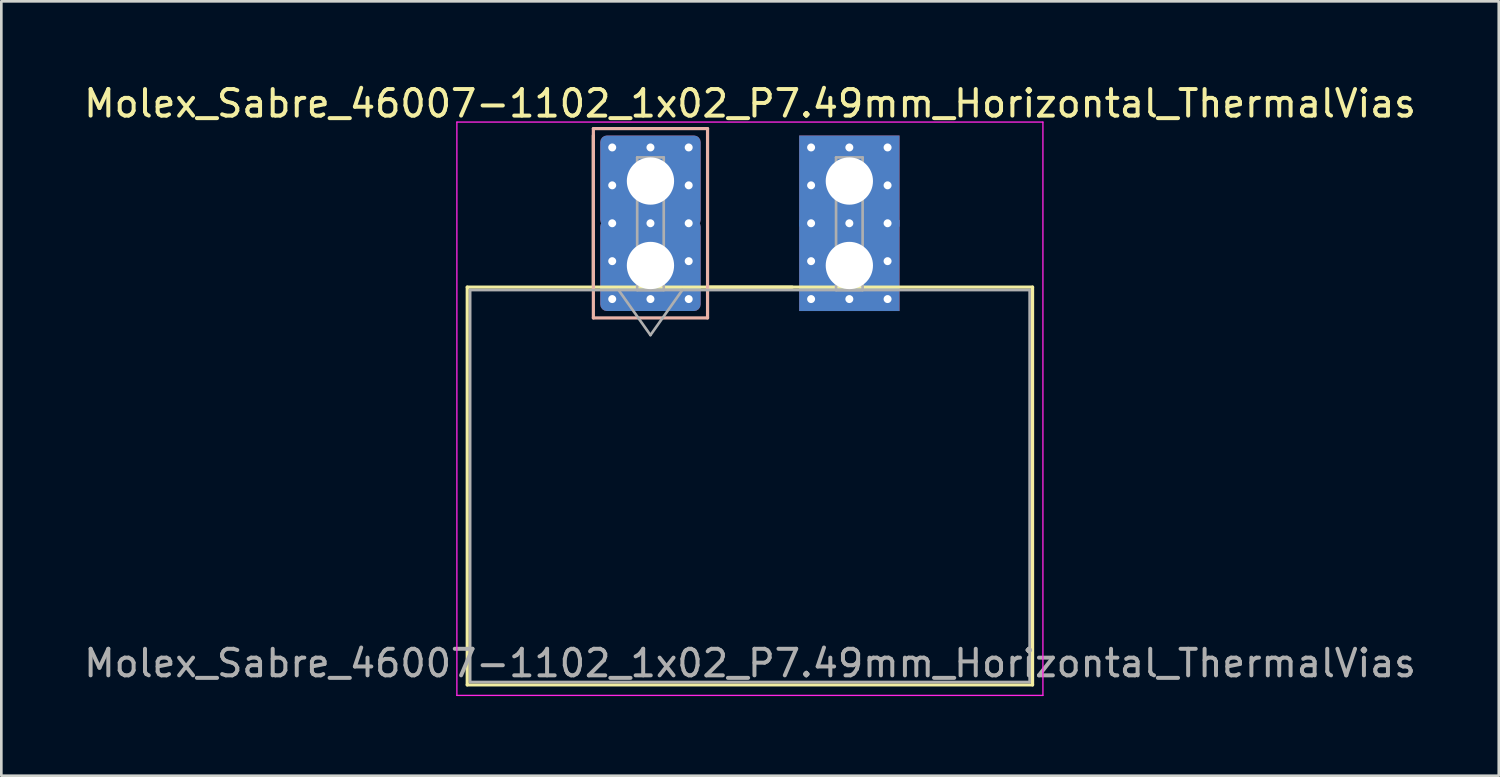
<source format=kicad_pcb>
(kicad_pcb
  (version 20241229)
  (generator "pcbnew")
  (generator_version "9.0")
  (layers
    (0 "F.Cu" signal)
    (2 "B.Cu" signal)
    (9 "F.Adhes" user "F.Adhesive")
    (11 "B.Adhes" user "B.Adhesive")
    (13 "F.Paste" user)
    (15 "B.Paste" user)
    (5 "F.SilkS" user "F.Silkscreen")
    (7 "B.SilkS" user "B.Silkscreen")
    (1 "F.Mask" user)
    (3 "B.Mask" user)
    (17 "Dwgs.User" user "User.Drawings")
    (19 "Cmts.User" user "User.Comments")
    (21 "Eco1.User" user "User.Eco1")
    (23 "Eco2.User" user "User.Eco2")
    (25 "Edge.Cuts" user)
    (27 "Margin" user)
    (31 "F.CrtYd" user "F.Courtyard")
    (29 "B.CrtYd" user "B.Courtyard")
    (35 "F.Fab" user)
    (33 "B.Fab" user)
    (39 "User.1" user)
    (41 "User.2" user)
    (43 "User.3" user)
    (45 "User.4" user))
  (footprint "Molex_Sabre_46007-1102_1x02_P7.49mm_Horizontal_ThermalVias"
    (layer "F.Cu")
    (at 21.446 6.948)
    (property "Reference" "Molex_Sabre_46007-1102_1x02_P7.49mm_Horizontal_ThermalVias" (at 3.75 -6.1 0) (layer "F.SilkS") (effects (font (size 1 1) (thickness 0.15))))
    (attr through_hole)
    (fp_line (start -6.9 0.815) (end -6.9 15.795) (stroke (width 0.12) (type solid)) (layer "F.SilkS"))
    (fp_line (start -6.9 15.795) (end 14.39 15.795) (stroke (width 0.12) (type solid)) (layer "F.SilkS"))
    (fp_line (start -2.15 0.815) (end -2.15 -4.895) (stroke (width 0.12) (type solid)) (layer "F.SilkS"))
    (fp_line (start 2.15 0.815) (end 5.34 0.815) (stroke (width 0.12) (type solid)) (layer "F.SilkS"))
    (fp_line (start 14.39 0.815) (end -6.9 0.815) (stroke (width 0.12) (type solid)) (layer "F.SilkS"))
    (fp_line (start 14.39 15.795) (end 14.39 0.815) (stroke (width 0.12) (type solid)) (layer "F.SilkS"))
    (fp_line (start -2.15 -5.155) (end -2.15 1.975) (stroke (width 0.12) (type solid)) (layer "B.SilkS"))
    (fp_line (start -2.15 1.975) (end 2.15 1.975) (stroke (width 0.12) (type solid)) (layer "B.SilkS"))
    (fp_line (start 2.15 -5.155) (end -2.15 -5.155) (stroke (width 0.12) (type solid)) (layer "B.SilkS"))
    (fp_line (start 2.15 1.975) (end 2.15 -5.155) (stroke (width 0.12) (type solid)) (layer "B.SilkS"))
    (fp_line (start -7.29 -5.4) (end -7.29 16.19) (stroke (width 0.05) (type solid)) (layer "F.CrtYd"))
    (fp_line (start -7.29 16.19) (end 14.78 16.19) (stroke (width 0.05) (type solid)) (layer "F.CrtYd"))
    (fp_line (start 14.78 -5.4) (end -7.29 -5.4) (stroke (width 0.05) (type solid)) (layer "F.CrtYd"))
    (fp_line (start 14.78 16.19) (end 14.78 -5.4) (stroke (width 0.05) (type solid)) (layer "F.CrtYd"))
    (fp_line (start -6.79 0.925) (end -6.79 15.685) (stroke (width 0.1) (type solid)) (layer "F.Fab"))
    (fp_line (start -6.79 15.685) (end 14.28 15.685) (stroke (width 0.1) (type solid)) (layer "F.Fab"))
    (fp_line (start -1.2 0.925) (end 0 2.622) (stroke (width 0.1) (type solid)) (layer "F.Fab"))
    (fp_line (start -0.5 -4.07) (end 0.5 -4.07) (stroke (width 0.1) (type solid)) (layer "F.Fab"))
    (fp_line (start -0.5 0.925) (end -0.5 -4.07) (stroke (width 0.1) (type solid)) (layer "F.Fab"))
    (fp_line (start 0 2.622) (end 1.2 0.925) (stroke (width 0.1) (type solid)) (layer "F.Fab"))
    (fp_line (start 0.5 -4.07) (end 0.5 0.925) (stroke (width 0.1) (type solid)) (layer "F.Fab"))
    (fp_line (start 0.5 0.925) (end -0.5 0.925) (stroke (width 0.1) (type solid)) (layer "F.Fab"))
    (fp_line (start 6.99 -4.07) (end 7.99 -4.07) (stroke (width 0.1) (type solid)) (layer "F.Fab"))
    (fp_line (start 6.99 0.925) (end 6.99 -4.07) (stroke (width 0.1) (type solid)) (layer "F.Fab"))
    (fp_line (start 7.99 -4.07) (end 7.99 0.925) (stroke (width 0.1) (type solid)) (layer "F.Fab"))
    (fp_line (start 7.99 0.925) (end 6.99 0.925) (stroke (width 0.1) (type solid)) (layer "F.Fab"))
    (fp_line (start 14.28 0.925) (end -6.79 0.925) (stroke (width 0.1) (type solid)) (layer "F.Fab"))
    (fp_line (start 14.28 15.685) (end 14.28 0.925) (stroke (width 0.1) (type solid)) (layer "F.Fab"))
    (fp_text user "${REFERENCE}" (at 3.75 14.98 0) (layer "F.Fab") (effects (font (size 1 1) (thickness 0.15))))
    (pad "1" thru_hole roundrect (at -1.44 -4.445) (size 0.6 0.6) (drill 0.3) (layers "*.Cu" "*.Mask") (roundrect_rratio 0.25))
    (pad "1" thru_hole roundrect (at -1.44 -3.018) (size 0.6 0.6) (drill 0.3) (layers "*.Cu" "*.Mask") (roundrect_rratio 0.25))
    (pad "1" thru_hole roundrect (at -1.44 -1.59) (size 0.6 0.6) (drill 0.3) (layers "*.Cu" "*.Mask") (roundrect_rratio 0.25))
    (pad "1" thru_hole roundrect (at -1.44 -0.163) (size 0.6 0.6) (drill 0.3) (layers "*.Cu" "*.Mask") (roundrect_rratio 0.25))
    (pad "1" thru_hole roundrect (at -1.44 1.265) (size 0.6 0.6) (drill 0.3) (layers "*.Cu" "*.Mask") (roundrect_rratio 0.25))
    (pad "1" thru_hole roundrect (at 0 -4.445) (size 0.6 0.6) (drill 0.3) (layers "*.Cu" "*.Mask") (roundrect_rratio 0.25))
    (pad "1" thru_hole roundrect (at 0 -3.18) (size 3.78 3.43) (drill 1.78) (layers "*.Cu" "*.Mask") (roundrect_rratio 0.073))
    (pad "1" thru_hole roundrect (at 0 -1.59) (size 0.6 0.6) (drill 0.3) (layers "*.Cu" "*.Mask") (roundrect_rratio 0.25))
    (pad "1" thru_hole roundrect (at 0 0) (size 3.78 3.43) (drill 1.78) (layers "*.Cu" "*.Mask") (roundrect_rratio 0.073))
    (pad "1" thru_hole roundrect (at 0 1.265) (size 0.6 0.6) (drill 0.3) (layers "*.Cu" "*.Mask") (roundrect_rratio 0.25))
    (pad "1" thru_hole roundrect (at 1.44 -4.445) (size 0.6 0.6) (drill 0.3) (layers "*.Cu" "*.Mask") (roundrect_rratio 0.25))
    (pad "1" thru_hole roundrect (at 1.44 -3.018) (size 0.6 0.6) (drill 0.3) (layers "*.Cu" "*.Mask") (roundrect_rratio 0.25))
    (pad "1" thru_hole roundrect (at 1.44 -1.59) (size 0.6 0.6) (drill 0.3) (layers "*.Cu" "*.Mask") (roundrect_rratio 0.25))
    (pad "1" thru_hole roundrect (at 1.44 -0.163) (size 0.6 0.6) (drill 0.3) (layers "*.Cu" "*.Mask") (roundrect_rratio 0.25))
    (pad "1" thru_hole roundrect (at 1.44 1.265) (size 0.6 0.6) (drill 0.3) (layers "*.Cu" "*.Mask") (roundrect_rratio 0.25))
    (pad "2" thru_hole circle (at 6.05 -4.445) (size 0.6 0.6) (drill 0.3) (layers "*.Cu" "*.Mask"))
    (pad "2" thru_hole circle (at 6.05 -3.018) (size 0.6 0.6) (drill 0.3) (layers "*.Cu" "*.Mask"))
    (pad "2" thru_hole circle (at 6.05 -1.59) (size 0.6 0.6) (drill 0.3) (layers "*.Cu" "*.Mask"))
    (pad "2" thru_hole circle (at 6.05 -0.163) (size 0.6 0.6) (drill 0.3) (layers "*.Cu" "*.Mask"))
    (pad "2" thru_hole circle (at 6.05 1.265) (size 0.6 0.6) (drill 0.3) (layers "*.Cu" "*.Mask"))
    (pad "2" thru_hole circle (at 7.49 -4.445) (size 0.6 0.6) (drill 0.3) (layers "*.Cu" "*.Mask"))
    (pad "2" thru_hole rect (at 7.49 -3.18) (size 3.78 3.43) (drill 1.78) (layers "*.Cu" "*.Mask"))
    (pad "2" thru_hole circle (at 7.49 -1.59) (size 0.6 0.6) (drill 0.3) (layers "*.Cu" "*.Mask"))
    (pad "2" thru_hole rect (at 7.49 0) (size 3.78 3.43) (drill 1.78) (layers "*.Cu" "*.Mask"))
    (pad "2" thru_hole circle (at 7.49 1.265) (size 0.6 0.6) (drill 0.3) (layers "*.Cu" "*.Mask"))
    (pad "2" thru_hole circle (at 8.93 -4.445) (size 0.6 0.6) (drill 0.3) (layers "*.Cu" "*.Mask"))
    (pad "2" thru_hole circle (at 8.93 -3.018) (size 0.6 0.6) (drill 0.3) (layers "*.Cu" "*.Mask"))
    (pad "2" thru_hole circle (at 8.93 -1.59) (size 0.6 0.6) (drill 0.3) (layers "*.Cu" "*.Mask"))
    (pad "2" thru_hole circle (at 8.93 -0.163) (size 0.6 0.6) (drill 0.3) (layers "*.Cu" "*.Mask"))
    (pad "2" thru_hole circle (at 8.93 1.265) (size 0.6 0.6) (drill 0.3) (layers "*.Cu" "*.Mask")))
  (gr_rect
    (start -3 -3)
    (end 53.393 26.163)
    (stroke (width 0.1) (type default))
    (fill no)
    (layer "Edge.Cuts")))
</source>
